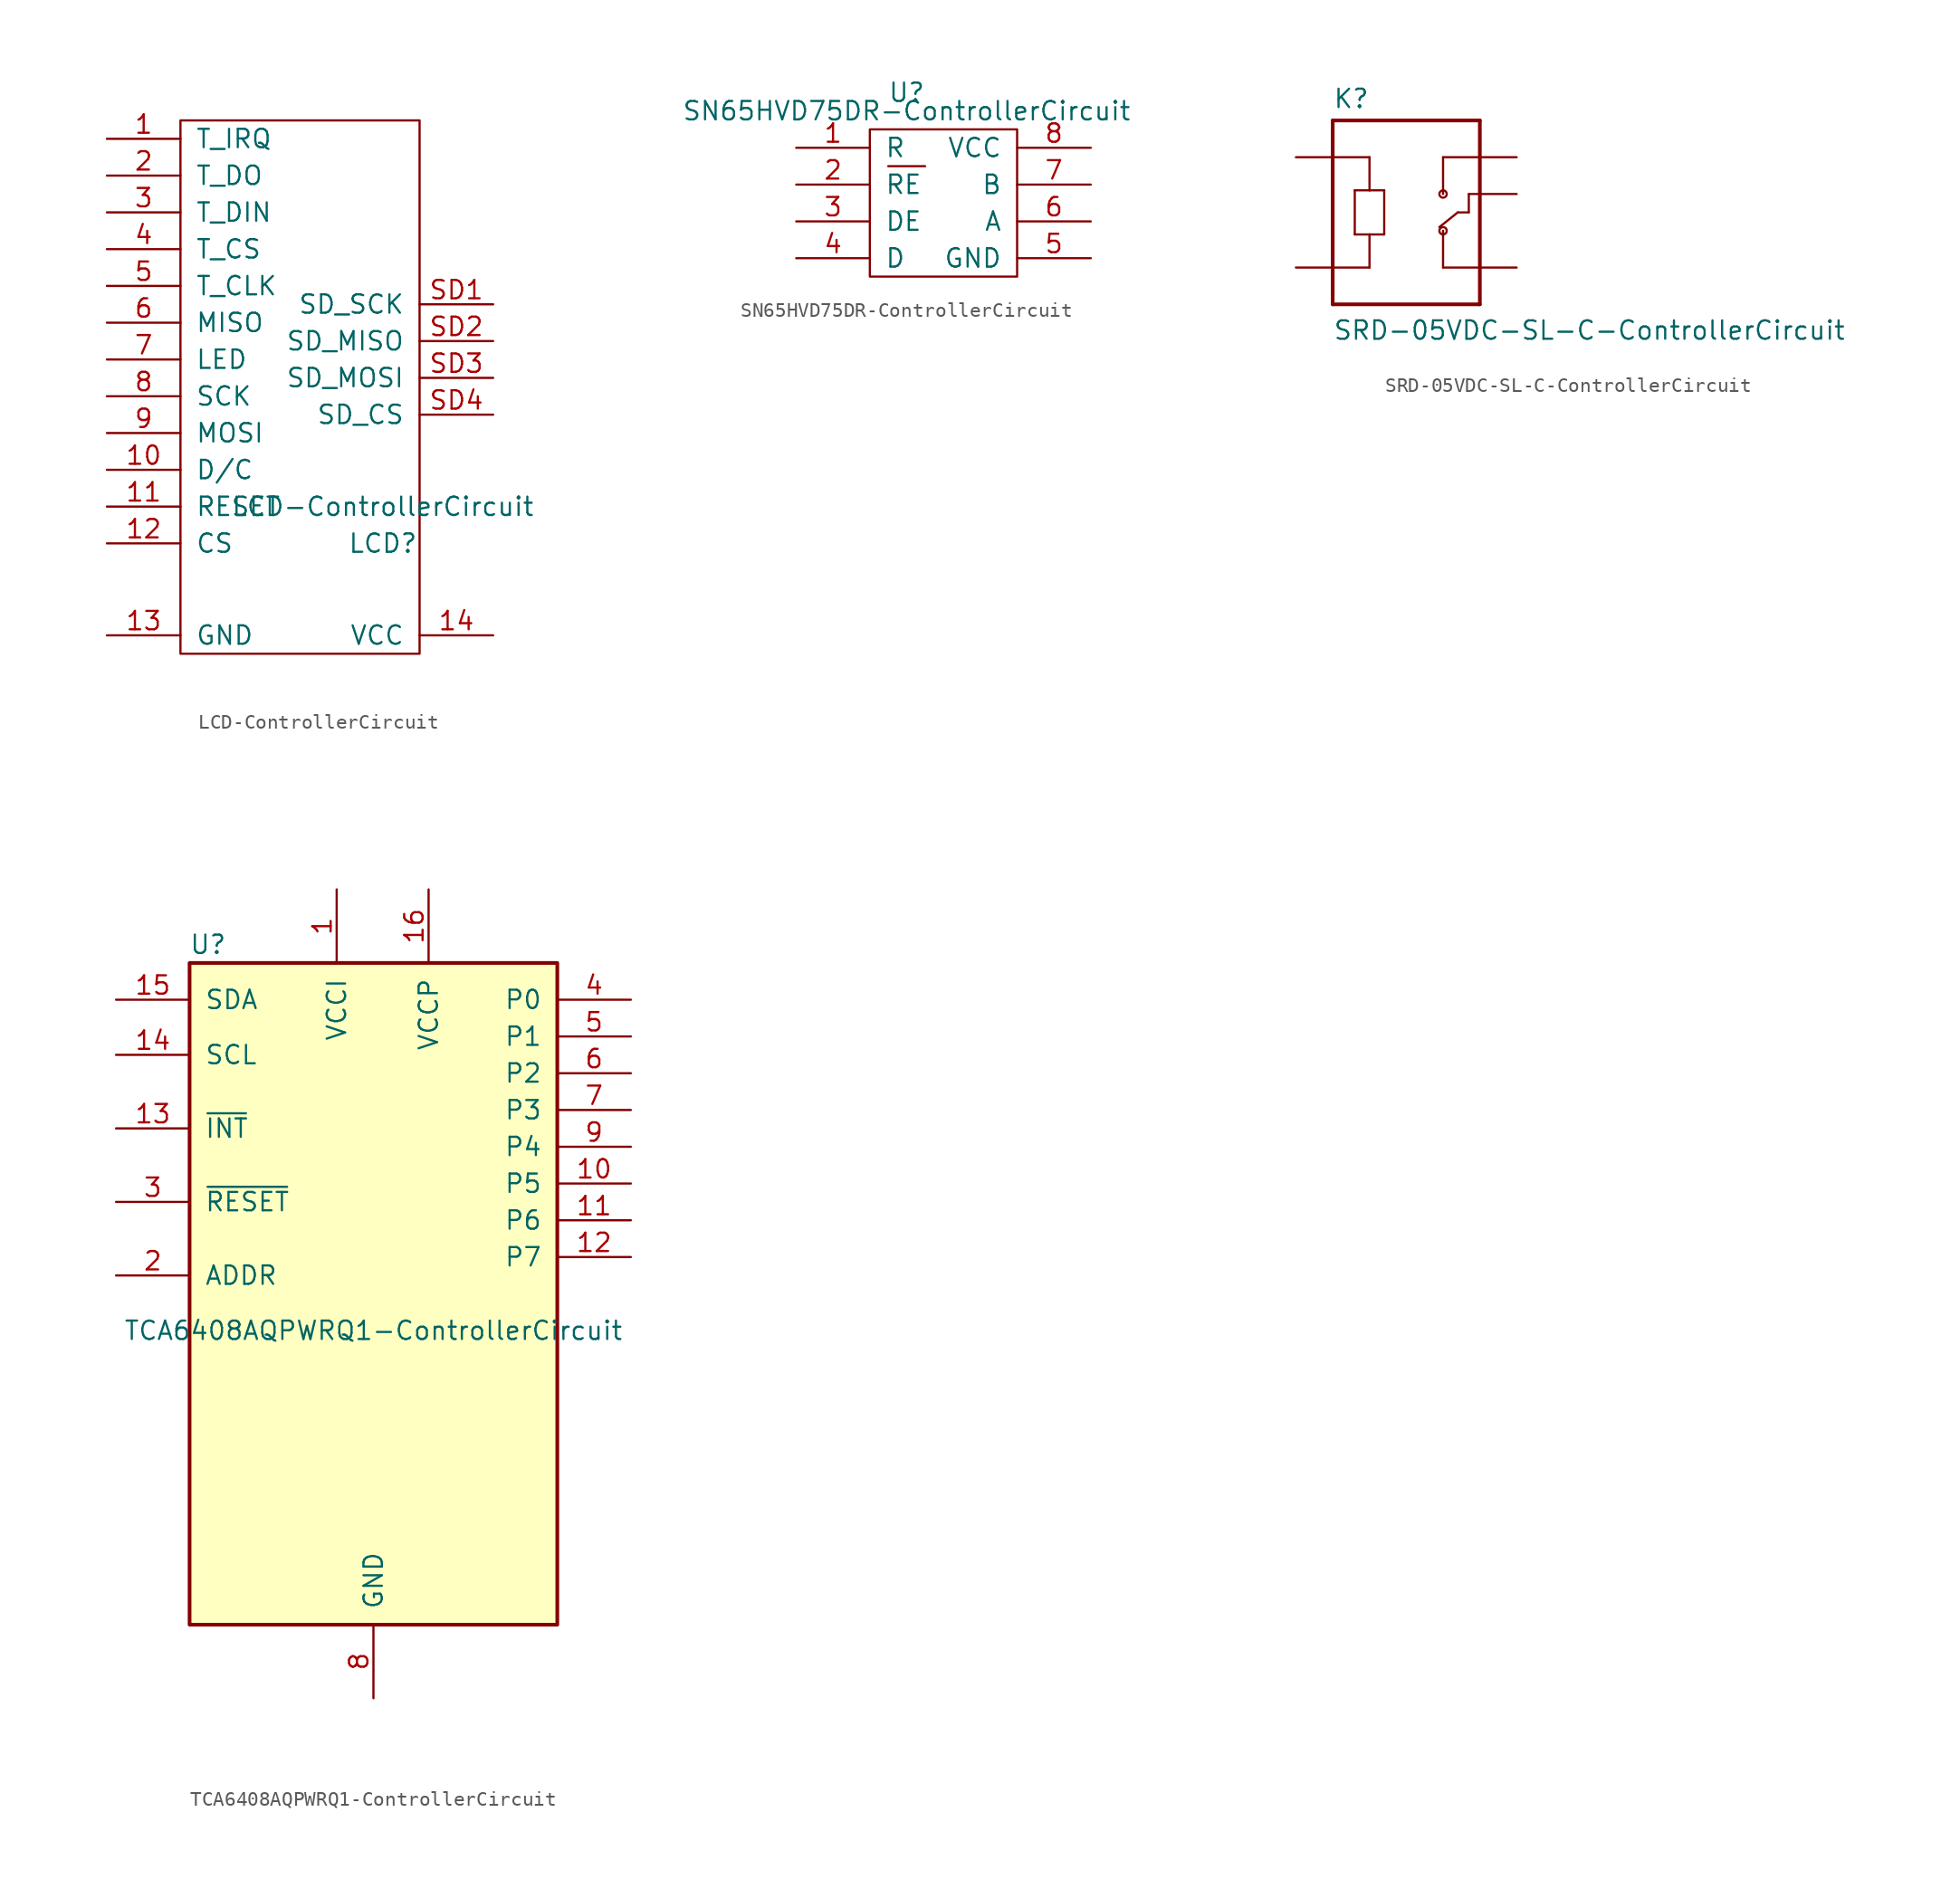
<source format=kicad_sym>
(kicad_symbol_lib
  (version 20220914)
  (generator kicad_symbol_editor)
  (symbol "LCD-ControllerCircuit"
    (pin_names
      (offset 1.016))
    (property "Reference" "LCD"
      (at 19.05 -30.48 0)
      (effects (font (size 1.27 1.27))))
    (property "Value" "LCD-ControllerCircuit"
      (at 19.05 -27.94 0)
      (effects (font (size 1.27 1.27))))
    (symbol "LCD-ControllerCircuit_0_1"
      (rectangle (start 5.08 -1.27) (end 21.59 -38.1) (stroke (width 0) (type solid)) (fill (type none))))
    (symbol "LCD-ControllerCircuit_1_1"
      (pin output line (at 0 -2.54 0) (length 5.08) (name "T_IRQ" (effects (font (size 1.27 1.27)))) (number "1" (effects (font (size 1.27 1.27)))))
      (pin input line (at 0 -25.4 0) (length 5.08) (name "D/C" (effects (font (size 1.27 1.27)))) (number "10" (effects (font (size 1.27 1.27)))))
      (pin input line (at 0 -27.94 0) (length 5.08) (name "RESET" (effects (font (size 1.27 1.27)))) (number "11" (effects (font (size 1.27 1.27)))))
      (pin input line (at 0 -30.48 0) (length 5.08) (name "CS" (effects (font (size 1.27 1.27)))) (number "12" (effects (font (size 1.27 1.27)))))
      (pin power_in line (at 0 -36.83 0) (length 5.08) (name "GND" (effects (font (size 1.27 1.27)))) (number "13" (effects (font (size 1.27 1.27)))))
      (pin power_in line (at 26.67 -36.83 180) (length 5.08) (name "VCC" (effects (font (size 1.27 1.27)))) (number "14" (effects (font (size 1.27 1.27)))))
      (pin output line (at 0 -5.08 0) (length 5.08) (name "T_DO" (effects (font (size 1.27 1.27)))) (number "2" (effects (font (size 1.27 1.27)))))
      (pin input line (at 0 -7.62 0) (length 5.08) (name "T_DIN" (effects (font (size 1.27 1.27)))) (number "3" (effects (font (size 1.27 1.27)))))
      (pin input line (at 0 -10.16 0) (length 5.08) (name "T_CS" (effects (font (size 1.27 1.27)))) (number "4" (effects (font (size 1.27 1.27)))))
      (pin input line (at 0 -12.7 0) (length 5.08) (name "T_CLK" (effects (font (size 1.27 1.27)))) (number "5" (effects (font (size 1.27 1.27)))))
      (pin output line (at 0 -15.24 0) (length 5.08) (name "MISO" (effects (font (size 1.27 1.27)))) (number "6" (effects (font (size 1.27 1.27)))))
      (pin input line (at 0 -17.78 0) (length 5.08) (name "LED" (effects (font (size 1.27 1.27)))) (number "7" (effects (font (size 1.27 1.27)))))
      (pin input line (at 0 -20.32 0) (length 5.08) (name "SCK" (effects (font (size 1.27 1.27)))) (number "8" (effects (font (size 1.27 1.27)))))
      (pin input line (at 0 -22.86 0) (length 5.08) (name "MOSI" (effects (font (size 1.27 1.27)))) (number "9" (effects (font (size 1.27 1.27)))))
      (pin input line (at 26.67 -13.97 180) (length 5.08) (name "SD_SCK" (effects (font (size 1.27 1.27)))) (number "SD1" (effects (font (size 1.27 1.27)))))
      (pin output line (at 26.67 -16.51 180) (length 5.08) (name "SD_MISO" (effects (font (size 1.27 1.27)))) (number "SD2" (effects (font (size 1.27 1.27)))))
      (pin input line (at 26.67 -19.05 180) (length 5.08) (name "SD_MOSI" (effects (font (size 1.27 1.27)))) (number "SD3" (effects (font (size 1.27 1.27)))))
      (pin input line (at 26.67 -21.59 180) (length 5.08) (name "SD_CS" (effects (font (size 1.27 1.27)))) (number "SD4" (effects (font (size 1.27 1.27)))))))
  (symbol "SN65HVD75DR-ControllerCircuit"
    (pin_names
      (offset 1.016))
    (property "Reference" "U"
      (at 0 0 0)
      (effects (font (size 1.27 1.27))))
    (property "Value" "SN65HVD75DR-ControllerCircuit"
      (at 0 -1.27 0)
      (effects (font (size 1.27 1.27))))
    (symbol "SN65HVD75DR-ControllerCircuit_0_1"
      (rectangle (start -2.54 -2.54) (end 7.62 -12.7) (stroke (width 0) (type solid)) (fill (type none)))
      (polyline (pts (xy -1.27 -5.08) (xy 1.27 -5.08)) (stroke (width 0) (type solid)) (fill (type none))))
    (symbol "SN65HVD75DR-ControllerCircuit_1_1"
      (pin output line (at -7.62 -3.81 0) (length 5.08) (name "R" (effects (font (size 1.27 1.27)))) (number "1" (effects (font (size 1.27 1.27)))))
      (pin input line (at -7.62 -6.35 0) (length 5.08) (name "RE" (effects (font (size 1.27 1.27)))) (number "2" (effects (font (size 1.27 1.27)))))
      (pin input line (at -7.62 -8.89 0) (length 5.08) (name "DE" (effects (font (size 1.27 1.27)))) (number "3" (effects (font (size 1.27 1.27)))))
      (pin input line (at -7.62 -11.43 0) (length 5.08) (name "D" (effects (font (size 1.27 1.27)))) (number "4" (effects (font (size 1.27 1.27)))))
      (pin power_in line (at 12.7 -11.43 180) (length 5.08) (name "GND" (effects (font (size 1.27 1.27)))) (number "5" (effects (font (size 1.27 1.27)))))
      (pin passive line (at 12.7 -8.89 180) (length 5.08) (name "A" (effects (font (size 1.27 1.27)))) (number "6" (effects (font (size 1.27 1.27)))))
      (pin passive line (at 12.7 -6.35 180) (length 5.08) (name "B" (effects (font (size 1.27 1.27)))) (number "7" (effects (font (size 1.27 1.27)))))
      (pin power_in line (at 12.7 -3.81 180) (length 5.08) (name "VCC" (effects (font (size 1.27 1.27)))) (number "8" (effects (font (size 1.27 1.27)))))))
  (symbol "SRD-05VDC-SL-C-ControllerCircuit"
    (pin_numbers hide)
    (pin_names
      (offset 1.016) hide)
    (property "Reference" "K"
      (at -5.08 5.842 0)
      (effects (font (size 1.27 1.27)) (justify left bottom)))
    (property "Value" "SRD-05VDC-SL-C-ControllerCircuit"
      (at -5.08 -10.16 0)
      (effects (font (size 1.27 1.27)) (justify left bottom)))
    (property "ki_locked" ""
      (at 0 0 0)
      (effects (font (size 1.27 1.27))))
    (symbol "SRD-05VDC-SL-C-ControllerCircuit_0_0"
      (polyline (pts (xy -5.08 -7.62) (xy -5.08 5.08)) (stroke (width 0.254) (type solid)) (fill (type none)))
      (polyline (pts (xy -5.08 2.54) (xy -2.54 2.54)) (stroke (width 0.152) (type solid)) (fill (type none)))
      (polyline (pts (xy -5.08 5.08) (xy 5.08 5.08)) (stroke (width 0.254) (type solid)) (fill (type none)))
      (polyline (pts (xy -3.556 -2.794) (xy -2.54 -2.794)) (stroke (width 0.152) (type solid)) (fill (type none)))
      (polyline (pts (xy -3.556 0.254) (xy -3.556 -2.794)) (stroke (width 0.152) (type solid)) (fill (type none)))
      (polyline (pts (xy -2.54 -5.08) (xy -5.08 -5.08)) (stroke (width 0.152) (type solid)) (fill (type none)))
      (polyline (pts (xy -2.54 -2.794) (xy -2.54 -5.08)) (stroke (width 0.152) (type solid)) (fill (type none)))
      (polyline (pts (xy -2.54 -2.794) (xy -1.524 -2.794)) (stroke (width 0.152) (type solid)) (fill (type none)))
      (polyline (pts (xy -2.54 0.254) (xy -3.556 0.254)) (stroke (width 0.152) (type solid)) (fill (type none)))
      (polyline (pts (xy -2.54 2.54) (xy -2.54 0.254)) (stroke (width 0.152) (type solid)) (fill (type none)))
      (polyline (pts (xy -1.524 -2.794) (xy -1.524 0.254)) (stroke (width 0.152) (type solid)) (fill (type none)))
      (polyline (pts (xy -1.524 0.254) (xy -2.54 0.254)) (stroke (width 0.152) (type solid)) (fill (type none)))
      (polyline (pts (xy 2.54 -5.08) (xy 5.08 -5.08)) (stroke (width 0.152) (type solid)) (fill (type none)))
      (polyline (pts (xy 2.54 -2.54) (xy 2.54 -5.08)) (stroke (width 0.152) (type solid)) (fill (type none)))
      (polyline (pts (xy 2.54 2.54) (xy 2.54 0)) (stroke (width 0.152) (type solid)) (fill (type none)))
      (polyline (pts (xy 3.556 -1.27) (xy 2.286 -2.286)) (stroke (width 0.152) (type solid)) (fill (type none)))
      (polyline (pts (xy 3.556 -1.27) (xy 4.318 -1.27)) (stroke (width 0.152) (type solid)) (fill (type none)))
      (polyline (pts (xy 4.318 -1.27) (xy 4.318 0)) (stroke (width 0.152) (type solid)) (fill (type none)))
      (polyline (pts (xy 4.318 0) (xy 5.08 0)) (stroke (width 0.152) (type solid)) (fill (type none)))
      (polyline (pts (xy 5.08 -7.62) (xy -5.08 -7.62)) (stroke (width 0.254) (type solid)) (fill (type none)))
      (polyline (pts (xy 5.08 0) (xy 5.08 -7.62)) (stroke (width 0.254) (type solid)) (fill (type none)))
      (polyline (pts (xy 5.08 2.54) (xy 2.54 2.54)) (stroke (width 0.152) (type solid)) (fill (type none)))
      (polyline (pts (xy 5.08 5.08) (xy 5.08 0)) (stroke (width 0.254) (type solid)) (fill (type none)))
      (circle (center 2.54 -2.54) (radius 0.254) (stroke (width 0.152) (type solid)) (fill (type none)))
      (circle (center 2.54 0) (radius 0.254) (stroke (width 0.152) (type solid)) (fill (type none)))
      (pin passive line (at -7.62 2.54 0) (length 2.54) (name "~" (effects (font (size 1.016 1.016)))) (number "A1" (effects (font (size 1.016 1.016)))))
      (pin passive line (at -7.62 -5.08 0) (length 2.54) (name "~" (effects (font (size 1.016 1.016)))) (number "A2" (effects (font (size 1.016 1.016)))))
      (pin passive line (at 7.62 0 180) (length 2.54) (name "~" (effects (font (size 1.016 1.016)))) (number "COM" (effects (font (size 1.016 1.016)))))
      (pin passive line (at 7.62 -5.08 180) (length 2.54) (name "~" (effects (font (size 1.016 1.016)))) (number "NC" (effects (font (size 1.016 1.016)))))
      (pin passive line (at 7.62 2.54 180) (length 2.54) (name "~" (effects (font (size 1.016 1.016)))) (number "NO" (effects (font (size 1.016 1.016)))))))
  (symbol "TCA6408AQPWRQ1-ControllerCircuit"
    (pin_names
      (offset 1.016))
    (property "Reference" "U"
      (at -11.43 24.13 0)
      (effects (font (size 1.27 1.27))))
    (property "Value" "TCA6408AQPWRQ1-ControllerCircuit"
      (at 0 -2.54 0)
      (effects (font (size 1.27 1.27))))
    (symbol "TCA6408AQPWRQ1-ControllerCircuit_0_1"
      (rectangle (start -12.7 22.86) (end 12.7 -22.86) (stroke (width 0.254) (type solid)) (fill (type background))))
    (symbol "TCA6408AQPWRQ1-ControllerCircuit_1_1"
      (pin power_in line (at -2.54 27.94 270) (length 5.08) (name "VCCI" (effects (font (size 1.27 1.27)))) (number "1" (effects (font (size 1.27 1.27)))))
      (pin bidirectional line (at 17.78 7.62 180) (length 5.08) (name "P5" (effects (font (size 1.27 1.27)))) (number "10" (effects (font (size 1.27 1.27)))))
      (pin bidirectional line (at 17.78 5.08 180) (length 5.08) (name "P6" (effects (font (size 1.27 1.27)))) (number "11" (effects (font (size 1.27 1.27)))))
      (pin bidirectional line (at 17.78 2.54 180) (length 5.08) (name "P7" (effects (font (size 1.27 1.27)))) (number "12" (effects (font (size 1.27 1.27)))))
      (pin tri_state line (at -17.78 11.43 0) (length 5.08) (name "~{INT}" (effects (font (size 1.27 1.27)))) (number "13" (effects (font (size 1.27 1.27)))))
      (pin input line (at -17.78 16.51 0) (length 5.08) (name "SCL" (effects (font (size 1.27 1.27)))) (number "14" (effects (font (size 1.27 1.27)))))
      (pin bidirectional line (at -17.78 20.32 0) (length 5.08) (name "SDA" (effects (font (size 1.27 1.27)))) (number "15" (effects (font (size 1.27 1.27)))))
      (pin power_in line (at 3.81 27.94 270) (length 5.08) (name "VCCP" (effects (font (size 1.27 1.27)))) (number "16" (effects (font (size 1.27 1.27)))))
      (pin input line (at -17.78 1.27 0) (length 5.08) (name "ADDR" (effects (font (size 1.27 1.27)))) (number "2" (effects (font (size 1.27 1.27)))))
      (pin input line (at -17.78 6.35 0) (length 5.08) (name "~{RESET}" (effects (font (size 1.27 1.27)))) (number "3" (effects (font (size 1.27 1.27)))))
      (pin bidirectional line (at 17.78 20.32 180) (length 5.08) (name "P0" (effects (font (size 1.27 1.27)))) (number "4" (effects (font (size 1.27 1.27)))))
      (pin bidirectional line (at 17.78 17.78 180) (length 5.08) (name "P1" (effects (font (size 1.27 1.27)))) (number "5" (effects (font (size 1.27 1.27)))))
      (pin bidirectional line (at 17.78 15.24 180) (length 5.08) (name "P2" (effects (font (size 1.27 1.27)))) (number "6" (effects (font (size 1.27 1.27)))))
      (pin bidirectional line (at 17.78 12.7 180) (length 5.08) (name "P3" (effects (font (size 1.27 1.27)))) (number "7" (effects (font (size 1.27 1.27)))))
      (pin power_in line (at 0 -27.94 90) (length 5.08) (name "GND" (effects (font (size 1.27 1.27)))) (number "8" (effects (font (size 1.27 1.27)))))
      (pin bidirectional line (at 17.78 10.16 180) (length 5.08) (name "P4" (effects (font (size 1.27 1.27)))) (number "9" (effects (font (size 1.27 1.27))))))))
</source>
